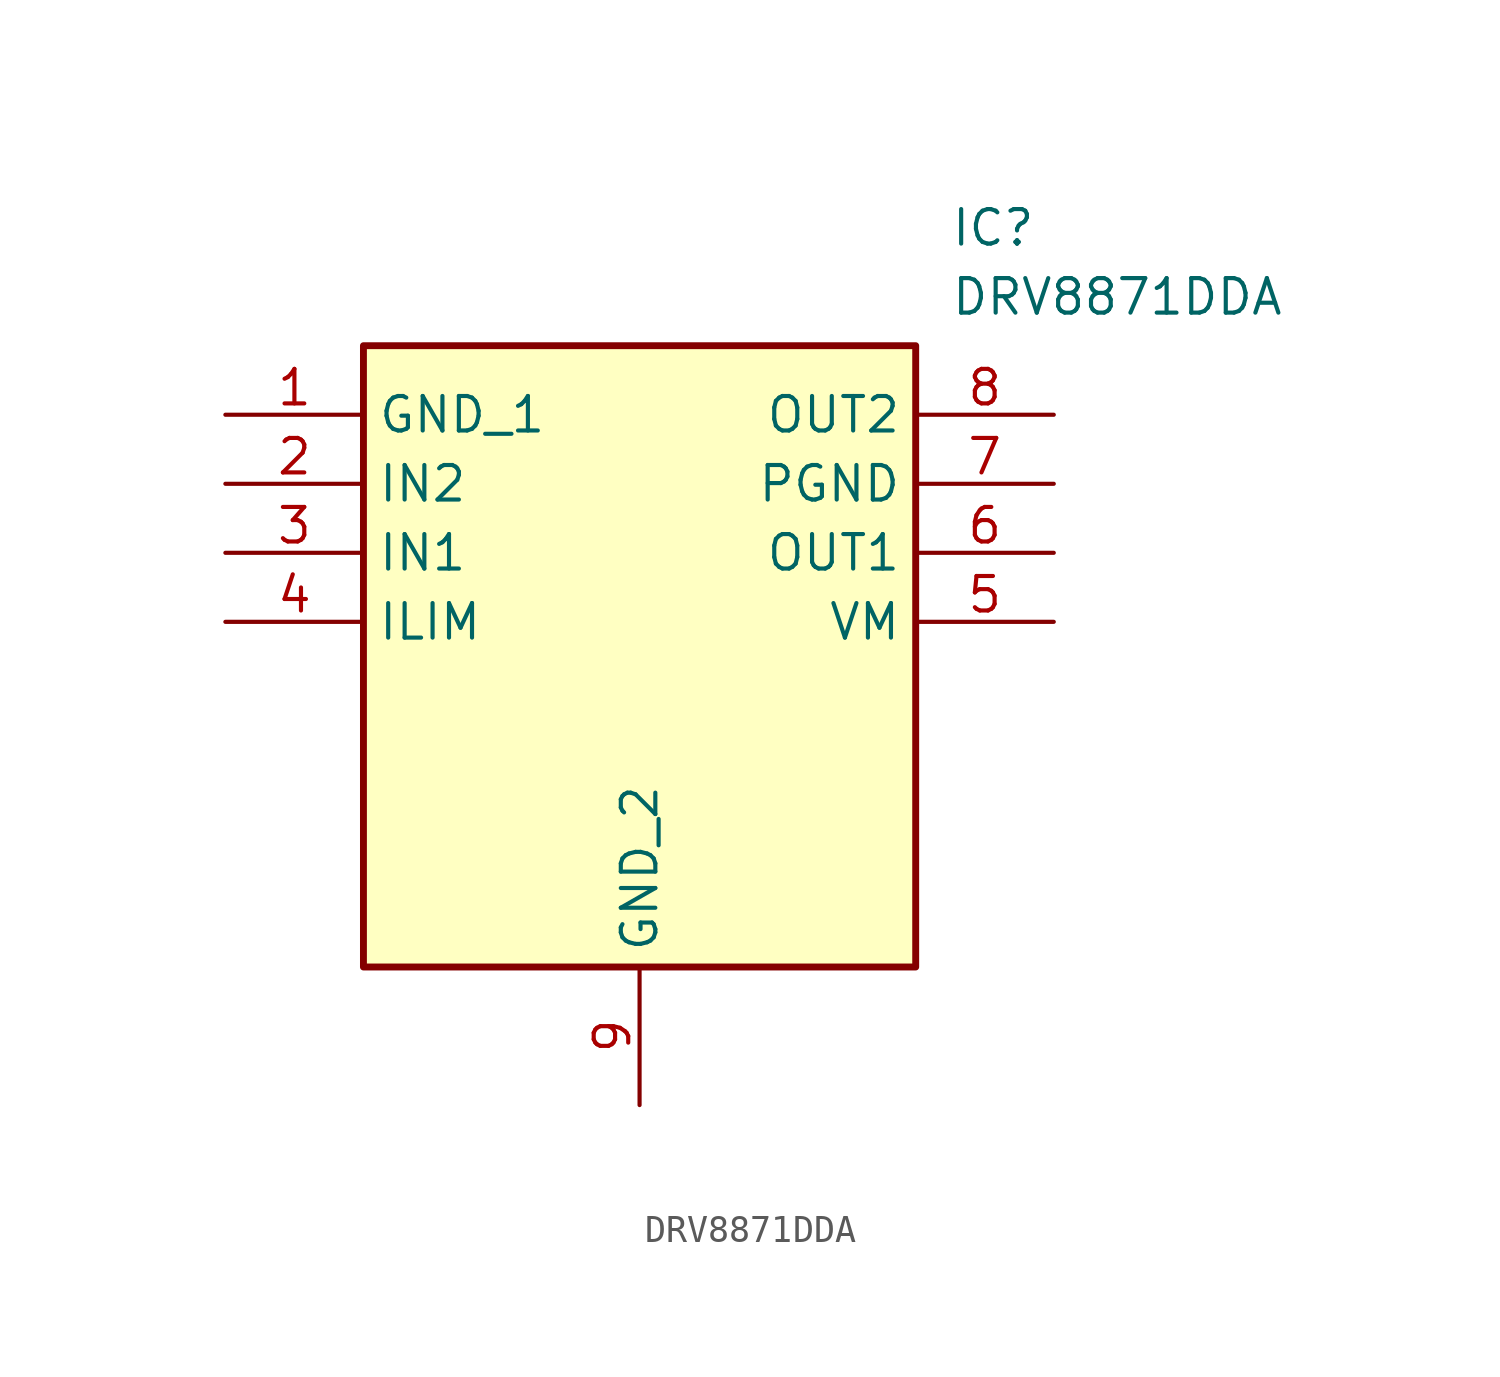
<source format=kicad_sym>
(kicad_symbol_lib
  (version 20231120)
  (generator "kicad_symbol_editor")
  (generator_version "8.0")
  (symbol "DRV8871DDA"
    (property "Reference" "IC"
      (at 26.67 7.62 0)
      (effects (font (size 1.27 1.27)) (justify left top)))
    (property "Value" "DRV8871DDA"
      (at 26.67 5.08 0)
      (effects (font (size 1.27 1.27)) (justify left top)))
    (symbol "DRV8871DDA_1_1"
      (rectangle (start 5.08 2.54) (end 25.4 -20.32) (stroke (width 0.254) (type default)) (fill (type background)))
      (pin passive line (at 0 0 0) (length 5.08) (name "GND_1" (effects (font (size 1.27 1.27)))) (number "1" (effects (font (size 1.27 1.27)))))
      (pin passive line (at 0 -2.54 0) (length 5.08) (name "IN2" (effects (font (size 1.27 1.27)))) (number "2" (effects (font (size 1.27 1.27)))))
      (pin passive line (at 0 -5.08 0) (length 5.08) (name "IN1" (effects (font (size 1.27 1.27)))) (number "3" (effects (font (size 1.27 1.27)))))
      (pin passive line (at 0 -7.62 0) (length 5.08) (name "ILIM" (effects (font (size 1.27 1.27)))) (number "4" (effects (font (size 1.27 1.27)))))
      (pin passive line (at 30.48 -7.62 180) (length 5.08) (name "VM" (effects (font (size 1.27 1.27)))) (number "5" (effects (font (size 1.27 1.27)))))
      (pin passive line (at 30.48 -5.08 180) (length 5.08) (name "OUT1" (effects (font (size 1.27 1.27)))) (number "6" (effects (font (size 1.27 1.27)))))
      (pin passive line (at 30.48 -2.54 180) (length 5.08) (name "PGND" (effects (font (size 1.27 1.27)))) (number "7" (effects (font (size 1.27 1.27)))))
      (pin passive line (at 30.48 0 180) (length 5.08) (name "OUT2" (effects (font (size 1.27 1.27)))) (number "8" (effects (font (size 1.27 1.27)))))
      (pin passive line (at 15.24 -25.4 90) (length 5.08) (name "GND_2" (effects (font (size 1.27 1.27)))) (number "9" (effects (font (size 1.27 1.27))))))))
</source>
